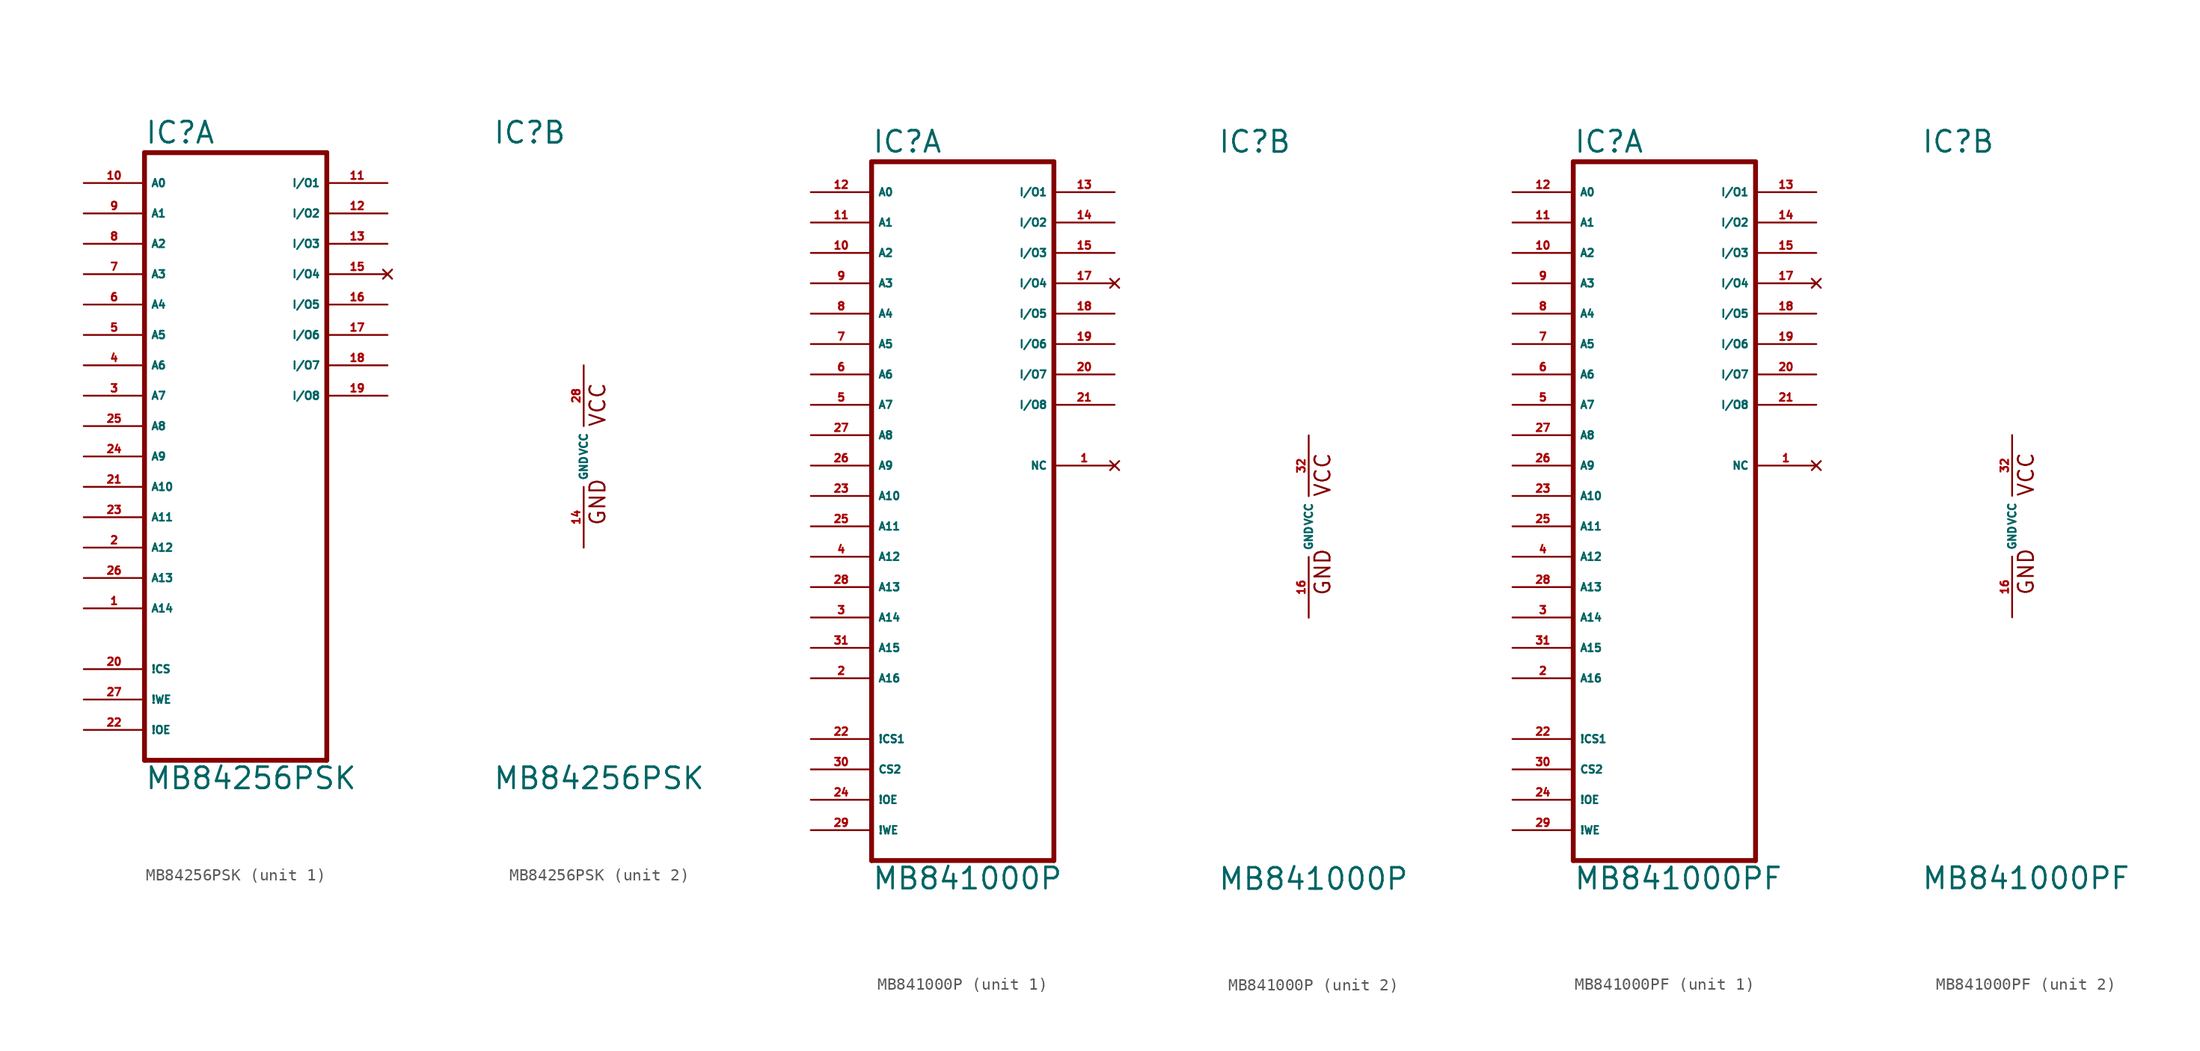
<source format=kicad_sym>
(kicad_symbol_lib
  (version 20220914)
  (generator Eagle2Kicad)
  (symbol "MB84256PSK"
    (property "Reference" "IC"
      (at -7.62 26.035 0)
      (effects (font (size 1.778 1.778) (thickness 0.22)) (justify left bottom)))
    (property "Value" "MB84256PSK"
      (at -7.62 -27.94 0)
      (effects (font (size 1.778 1.778) (thickness 0.22)) (justify left bottom)))
    (symbol "MB84256PSK_1_0"
      (polyline (pts (xy -7.62 -25.4) (xy -7.62 25.4)) (stroke (width 0.406) (type default)) (fill (type none)))
      (polyline (pts (xy -7.62 25.4) (xy 7.62 25.4)) (stroke (width 0.406) (type default)) (fill (type none)))
      (polyline (pts (xy 7.62 25.4) (xy 7.62 -25.4)) (stroke (width 0.406) (type default)) (fill (type none)))
      (polyline (pts (xy 7.62 -25.4) (xy -7.62 -25.4)) (stroke (width 0.406) (type default)) (fill (type none)))
      (pin input line (at -12.7 22.86 0) (length 5.08) (name "A0" (effects (font (size 0.635 0.635) (thickness 0.08)) (justify left bottom))) (number "10" (effects (font (size 0.635 0.635) (thickness 0.08)) (justify left bottom))))
      (pin input line (at -12.7 20.32 0) (length 5.08) (name "A1" (effects (font (size 0.635 0.635) (thickness 0.08)) (justify left bottom))) (number "9" (effects (font (size 0.635 0.635) (thickness 0.08)) (justify left bottom))))
      (pin input line (at -12.7 17.78 0) (length 5.08) (name "A2" (effects (font (size 0.635 0.635) (thickness 0.08)) (justify left bottom))) (number "8" (effects (font (size 0.635 0.635) (thickness 0.08)) (justify left bottom))))
      (pin input line (at -12.7 15.24 0) (length 5.08) (name "A3" (effects (font (size 0.635 0.635) (thickness 0.08)) (justify left bottom))) (number "7" (effects (font (size 0.635 0.635) (thickness 0.08)) (justify left bottom))))
      (pin input line (at -12.7 12.7 0) (length 5.08) (name "A4" (effects (font (size 0.635 0.635) (thickness 0.08)) (justify left bottom))) (number "6" (effects (font (size 0.635 0.635) (thickness 0.08)) (justify left bottom))))
      (pin input line (at -12.7 7.62 0) (length 5.08) (name "A6" (effects (font (size 0.635 0.635) (thickness 0.08)) (justify left bottom))) (number "4" (effects (font (size 0.635 0.635) (thickness 0.08)) (justify left bottom))))
      (pin input line (at -12.7 10.16 0) (length 5.08) (name "A5" (effects (font (size 0.635 0.635) (thickness 0.08)) (justify left bottom))) (number "5" (effects (font (size 0.635 0.635) (thickness 0.08)) (justify left bottom))))
      (pin input line (at -12.7 5.08 0) (length 5.08) (name "A7" (effects (font (size 0.635 0.635) (thickness 0.08)) (justify left bottom))) (number "3" (effects (font (size 0.635 0.635) (thickness 0.08)) (justify left bottom))))
      (pin input line (at -12.7 2.54 0) (length 5.08) (name "A8" (effects (font (size 0.635 0.635) (thickness 0.08)) (justify left bottom))) (number "25" (effects (font (size 0.635 0.635) (thickness 0.08)) (justify left bottom))))
      (pin input line (at -12.7 0 0) (length 5.08) (name "A9" (effects (font (size 0.635 0.635) (thickness 0.08)) (justify left bottom))) (number "24" (effects (font (size 0.635 0.635) (thickness 0.08)) (justify left bottom))))
      (pin input line (at -12.7 -2.54 0) (length 5.08) (name "A10" (effects (font (size 0.635 0.635) (thickness 0.08)) (justify left bottom))) (number "21" (effects (font (size 0.635 0.635) (thickness 0.08)) (justify left bottom))))
      (pin input line (at -12.7 -5.08 0) (length 5.08) (name "A11" (effects (font (size 0.635 0.635) (thickness 0.08)) (justify left bottom))) (number "23" (effects (font (size 0.635 0.635) (thickness 0.08)) (justify left bottom))))
      (pin bidirectional line (at 12.7 22.86 180) (length 5.08) (name "I/O1" (effects (font (size 0.635 0.635) (thickness 0.08)) (justify left bottom))) (number "11" (effects (font (size 0.635 0.635) (thickness 0.08)) (justify left bottom))))
      (pin bidirectional line (at 12.7 20.32 180) (length 5.08) (name "I/O2" (effects (font (size 0.635 0.635) (thickness 0.08)) (justify left bottom))) (number "12" (effects (font (size 0.635 0.635) (thickness 0.08)) (justify left bottom))))
      (pin bidirectional line (at 12.7 17.78 180) (length 5.08) (name "I/O3" (effects (font (size 0.635 0.635) (thickness 0.08)) (justify left bottom))) (number "13" (effects (font (size 0.635 0.635) (thickness 0.08)) (justify left bottom))))
      (pin no_connect line (at 12.7 15.24 180) (length 5.08) (name "I/O4" (effects (font (size 0.635 0.635) (thickness 0.08)) (justify left bottom) hide)) (number "15" (effects (font (size 0.635 0.635) (thickness 0.08)) (justify left bottom) hide)))
      (pin input line (at -12.7 -17.78 0) (length 5.08) (name "!CS" (effects (font (size 0.635 0.635) (thickness 0.08)) (justify left bottom))) (number "20" (effects (font (size 0.635 0.635) (thickness 0.08)) (justify left bottom))))
      (pin input line (at -12.7 -20.32 0) (length 5.08) (name "!WE" (effects (font (size 0.635 0.635) (thickness 0.08)) (justify left bottom))) (number "27" (effects (font (size 0.635 0.635) (thickness 0.08)) (justify left bottom))))
      (pin input line (at -12.7 -7.62 0) (length 5.08) (name "A12" (effects (font (size 0.635 0.635) (thickness 0.08)) (justify left bottom))) (number "2" (effects (font (size 0.635 0.635) (thickness 0.08)) (justify left bottom))))
      (pin input line (at -12.7 -10.16 0) (length 5.08) (name "A13" (effects (font (size 0.635 0.635) (thickness 0.08)) (justify left bottom))) (number "26" (effects (font (size 0.635 0.635) (thickness 0.08)) (justify left bottom))))
      (pin input line (at -12.7 -22.86 0) (length 5.08) (name "!OE" (effects (font (size 0.635 0.635) (thickness 0.08)) (justify left bottom))) (number "22" (effects (font (size 0.635 0.635) (thickness 0.08)) (justify left bottom))))
      (pin bidirectional line (at 12.7 10.16 180) (length 5.08) (name "I/O6" (effects (font (size 0.635 0.635) (thickness 0.08)) (justify left bottom))) (number "17" (effects (font (size 0.635 0.635) (thickness 0.08)) (justify left bottom))))
      (pin input line (at -12.7 -12.7 0) (length 5.08) (name "A14" (effects (font (size 0.635 0.635) (thickness 0.08)) (justify left bottom))) (number "1" (effects (font (size 0.635 0.635) (thickness 0.08)) (justify left bottom))))
      (pin bidirectional line (at 12.7 12.7 180) (length 5.08) (name "I/O5" (effects (font (size 0.635 0.635) (thickness 0.08)) (justify left bottom))) (number "16" (effects (font (size 0.635 0.635) (thickness 0.08)) (justify left bottom))))
      (pin bidirectional line (at 12.7 7.62 180) (length 5.08) (name "I/O7" (effects (font (size 0.635 0.635) (thickness 0.08)) (justify left bottom))) (number "18" (effects (font (size 0.635 0.635) (thickness 0.08)) (justify left bottom))))
      (pin bidirectional line (at 12.7 5.08 180) (length 5.08) (name "I/O8" (effects (font (size 0.635 0.635) (thickness 0.08)) (justify left bottom))) (number "19" (effects (font (size 0.635 0.635) (thickness 0.08)) (justify left bottom)))))
    (symbol "MB84256PSK_2_0"
      (text "VCC" (at 1.905 2.413 900) (effects (font (size 1.27 1.27) (thickness 0.16)) (justify left bottom)))
      (text "GND" (at 1.905 -5.842 900) (effects (font (size 1.27 1.27) (thickness 0.16)) (justify left bottom)))
      (pin unspecified line (at 0 -7.62 90) (length 5.08) (name "GND" (effects (font (size 0.635 0.635) (thickness 0.08)) (justify left bottom))) (number "14" (effects (font (size 0.635 0.635) (thickness 0.08)) (justify left bottom))))
      (pin unspecified line (at 0 7.62 270) (length 5.08) (name "VCC" (effects (font (size 0.635 0.635) (thickness 0.08)) (justify left bottom))) (number "28" (effects (font (size 0.635 0.635) (thickness 0.08)) (justify left bottom))))))
  (symbol "MB841000P"
    (property "Reference" "IC"
      (at -7.62 31.115 0)
      (effects (font (size 1.778 1.778) (thickness 0.22)) (justify left bottom)))
    (property "Value" "MB841000P"
      (at -7.62 -30.48 0)
      (effects (font (size 1.778 1.778) (thickness 0.22)) (justify left bottom)))
    (symbol "MB841000P_1_0"
      (polyline (pts (xy -7.62 -27.94) (xy -7.62 30.48)) (stroke (width 0.406) (type default)) (fill (type none)))
      (polyline (pts (xy -7.62 30.48) (xy 7.62 30.48)) (stroke (width 0.406) (type default)) (fill (type none)))
      (polyline (pts (xy 7.62 30.48) (xy 7.62 -27.94)) (stroke (width 0.406) (type default)) (fill (type none)))
      (polyline (pts (xy 7.62 -27.94) (xy -7.62 -27.94)) (stroke (width 0.406) (type default)) (fill (type none)))
      (pin input line (at -12.7 27.94 0) (length 5.08) (name "A0" (effects (font (size 0.635 0.635) (thickness 0.08)) (justify left bottom))) (number "12" (effects (font (size 0.635 0.635) (thickness 0.08)) (justify left bottom))))
      (pin input line (at -12.7 25.4 0) (length 5.08) (name "A1" (effects (font (size 0.635 0.635) (thickness 0.08)) (justify left bottom))) (number "11" (effects (font (size 0.635 0.635) (thickness 0.08)) (justify left bottom))))
      (pin input line (at -12.7 22.86 0) (length 5.08) (name "A2" (effects (font (size 0.635 0.635) (thickness 0.08)) (justify left bottom))) (number "10" (effects (font (size 0.635 0.635) (thickness 0.08)) (justify left bottom))))
      (pin input line (at -12.7 20.32 0) (length 5.08) (name "A3" (effects (font (size 0.635 0.635) (thickness 0.08)) (justify left bottom))) (number "9" (effects (font (size 0.635 0.635) (thickness 0.08)) (justify left bottom))))
      (pin input line (at -12.7 17.78 0) (length 5.08) (name "A4" (effects (font (size 0.635 0.635) (thickness 0.08)) (justify left bottom))) (number "8" (effects (font (size 0.635 0.635) (thickness 0.08)) (justify left bottom))))
      (pin input line (at -12.7 12.7 0) (length 5.08) (name "A6" (effects (font (size 0.635 0.635) (thickness 0.08)) (justify left bottom))) (number "6" (effects (font (size 0.635 0.635) (thickness 0.08)) (justify left bottom))))
      (pin input line (at -12.7 15.24 0) (length 5.08) (name "A5" (effects (font (size 0.635 0.635) (thickness 0.08)) (justify left bottom))) (number "7" (effects (font (size 0.635 0.635) (thickness 0.08)) (justify left bottom))))
      (pin input line (at -12.7 10.16 0) (length 5.08) (name "A7" (effects (font (size 0.635 0.635) (thickness 0.08)) (justify left bottom))) (number "5" (effects (font (size 0.635 0.635) (thickness 0.08)) (justify left bottom))))
      (pin input line (at -12.7 7.62 0) (length 5.08) (name "A8" (effects (font (size 0.635 0.635) (thickness 0.08)) (justify left bottom))) (number "27" (effects (font (size 0.635 0.635) (thickness 0.08)) (justify left bottom))))
      (pin input line (at -12.7 5.08 0) (length 5.08) (name "A9" (effects (font (size 0.635 0.635) (thickness 0.08)) (justify left bottom))) (number "26" (effects (font (size 0.635 0.635) (thickness 0.08)) (justify left bottom))))
      (pin input line (at -12.7 2.54 0) (length 5.08) (name "A10" (effects (font (size 0.635 0.635) (thickness 0.08)) (justify left bottom))) (number "23" (effects (font (size 0.635 0.635) (thickness 0.08)) (justify left bottom))))
      (pin input line (at -12.7 0 0) (length 5.08) (name "A11" (effects (font (size 0.635 0.635) (thickness 0.08)) (justify left bottom))) (number "25" (effects (font (size 0.635 0.635) (thickness 0.08)) (justify left bottom))))
      (pin bidirectional line (at 12.7 27.94 180) (length 5.08) (name "I/O1" (effects (font (size 0.635 0.635) (thickness 0.08)) (justify left bottom))) (number "13" (effects (font (size 0.635 0.635) (thickness 0.08)) (justify left bottom))))
      (pin bidirectional line (at 12.7 25.4 180) (length 5.08) (name "I/O2" (effects (font (size 0.635 0.635) (thickness 0.08)) (justify left bottom))) (number "14" (effects (font (size 0.635 0.635) (thickness 0.08)) (justify left bottom))))
      (pin bidirectional line (at 12.7 22.86 180) (length 5.08) (name "I/O3" (effects (font (size 0.635 0.635) (thickness 0.08)) (justify left bottom))) (number "15" (effects (font (size 0.635 0.635) (thickness 0.08)) (justify left bottom))))
      (pin no_connect line (at 12.7 20.32 180) (length 5.08) (name "I/O4" (effects (font (size 0.635 0.635) (thickness 0.08)) (justify left bottom) hide)) (number "17" (effects (font (size 0.635 0.635) (thickness 0.08)) (justify left bottom) hide)))
      (pin input line (at -12.7 -17.78 0) (length 5.08) (name "!CS1" (effects (font (size 0.635 0.635) (thickness 0.08)) (justify left bottom))) (number "22" (effects (font (size 0.635 0.635) (thickness 0.08)) (justify left bottom))))
      (pin input line (at -12.7 -20.32 0) (length 5.08) (name "CS2" (effects (font (size 0.635 0.635) (thickness 0.08)) (justify left bottom))) (number "30" (effects (font (size 0.635 0.635) (thickness 0.08)) (justify left bottom))))
      (pin input line (at -12.7 -2.54 0) (length 5.08) (name "A12" (effects (font (size 0.635 0.635) (thickness 0.08)) (justify left bottom))) (number "4" (effects (font (size 0.635 0.635) (thickness 0.08)) (justify left bottom))))
      (pin no_connect line (at 12.7 5.08 180) (length 5.08) (name "NC" (effects (font (size 0.635 0.635) (thickness 0.08)) (justify left bottom) hide)) (number "1" (effects (font (size 0.635 0.635) (thickness 0.08)) (justify left bottom) hide)))
      (pin input line (at -12.7 -22.86 0) (length 5.08) (name "!OE" (effects (font (size 0.635 0.635) (thickness 0.08)) (justify left bottom))) (number "24" (effects (font (size 0.635 0.635) (thickness 0.08)) (justify left bottom))))
      (pin bidirectional line (at 12.7 15.24 180) (length 5.08) (name "I/O6" (effects (font (size 0.635 0.635) (thickness 0.08)) (justify left bottom))) (number "19" (effects (font (size 0.635 0.635) (thickness 0.08)) (justify left bottom))))
      (pin input line (at -12.7 -25.4 0) (length 5.08) (name "!WE" (effects (font (size 0.635 0.635) (thickness 0.08)) (justify left bottom))) (number "29" (effects (font (size 0.635 0.635) (thickness 0.08)) (justify left bottom))))
      (pin bidirectional line (at 12.7 17.78 180) (length 5.08) (name "I/O5" (effects (font (size 0.635 0.635) (thickness 0.08)) (justify left bottom))) (number "18" (effects (font (size 0.635 0.635) (thickness 0.08)) (justify left bottom))))
      (pin bidirectional line (at 12.7 12.7 180) (length 5.08) (name "I/O7" (effects (font (size 0.635 0.635) (thickness 0.08)) (justify left bottom))) (number "20" (effects (font (size 0.635 0.635) (thickness 0.08)) (justify left bottom))))
      (pin bidirectional line (at 12.7 10.16 180) (length 5.08) (name "I/O8" (effects (font (size 0.635 0.635) (thickness 0.08)) (justify left bottom))) (number "21" (effects (font (size 0.635 0.635) (thickness 0.08)) (justify left bottom))))
      (pin input line (at -12.7 -5.08 0) (length 5.08) (name "A13" (effects (font (size 0.635 0.635) (thickness 0.08)) (justify left bottom))) (number "28" (effects (font (size 0.635 0.635) (thickness 0.08)) (justify left bottom))))
      (pin input line (at -12.7 -7.62 0) (length 5.08) (name "A14" (effects (font (size 0.635 0.635) (thickness 0.08)) (justify left bottom))) (number "3" (effects (font (size 0.635 0.635) (thickness 0.08)) (justify left bottom))))
      (pin input line (at -12.7 -10.16 0) (length 5.08) (name "A15" (effects (font (size 0.635 0.635) (thickness 0.08)) (justify left bottom))) (number "31" (effects (font (size 0.635 0.635) (thickness 0.08)) (justify left bottom))))
      (pin input line (at -12.7 -12.7 0) (length 5.08) (name "A16" (effects (font (size 0.635 0.635) (thickness 0.08)) (justify left bottom))) (number "2" (effects (font (size 0.635 0.635) (thickness 0.08)) (justify left bottom)))))
    (symbol "MB841000P_2_0"
      (text "VCC" (at 1.905 2.413 900) (effects (font (size 1.27 1.27) (thickness 0.16)) (justify left bottom)))
      (text "GND" (at 1.905 -5.842 900) (effects (font (size 1.27 1.27) (thickness 0.16)) (justify left bottom)))
      (pin unspecified line (at 0 -7.62 90) (length 5.08) (name "GND" (effects (font (size 0.635 0.635) (thickness 0.08)) (justify left bottom))) (number "16" (effects (font (size 0.635 0.635) (thickness 0.08)) (justify left bottom))))
      (pin unspecified line (at 0 7.62 270) (length 5.08) (name "VCC" (effects (font (size 0.635 0.635) (thickness 0.08)) (justify left bottom))) (number "32" (effects (font (size 0.635 0.635) (thickness 0.08)) (justify left bottom))))))
  (symbol "MB841000PF"
    (property "Reference" "IC"
      (at -7.62 31.115 0)
      (effects (font (size 1.778 1.778) (thickness 0.22)) (justify left bottom)))
    (property "Value" "MB841000PF"
      (at -7.62 -30.48 0)
      (effects (font (size 1.778 1.778) (thickness 0.22)) (justify left bottom)))
    (symbol "MB841000PF_1_0"
      (polyline (pts (xy -7.62 -27.94) (xy -7.62 30.48)) (stroke (width 0.406) (type default)) (fill (type none)))
      (polyline (pts (xy -7.62 30.48) (xy 7.62 30.48)) (stroke (width 0.406) (type default)) (fill (type none)))
      (polyline (pts (xy 7.62 30.48) (xy 7.62 -27.94)) (stroke (width 0.406) (type default)) (fill (type none)))
      (polyline (pts (xy 7.62 -27.94) (xy -7.62 -27.94)) (stroke (width 0.406) (type default)) (fill (type none)))
      (pin input line (at -12.7 27.94 0) (length 5.08) (name "A0" (effects (font (size 0.635 0.635) (thickness 0.08)) (justify left bottom))) (number "12" (effects (font (size 0.635 0.635) (thickness 0.08)) (justify left bottom))))
      (pin input line (at -12.7 25.4 0) (length 5.08) (name "A1" (effects (font (size 0.635 0.635) (thickness 0.08)) (justify left bottom))) (number "11" (effects (font (size 0.635 0.635) (thickness 0.08)) (justify left bottom))))
      (pin input line (at -12.7 22.86 0) (length 5.08) (name "A2" (effects (font (size 0.635 0.635) (thickness 0.08)) (justify left bottom))) (number "10" (effects (font (size 0.635 0.635) (thickness 0.08)) (justify left bottom))))
      (pin input line (at -12.7 20.32 0) (length 5.08) (name "A3" (effects (font (size 0.635 0.635) (thickness 0.08)) (justify left bottom))) (number "9" (effects (font (size 0.635 0.635) (thickness 0.08)) (justify left bottom))))
      (pin input line (at -12.7 17.78 0) (length 5.08) (name "A4" (effects (font (size 0.635 0.635) (thickness 0.08)) (justify left bottom))) (number "8" (effects (font (size 0.635 0.635) (thickness 0.08)) (justify left bottom))))
      (pin input line (at -12.7 12.7 0) (length 5.08) (name "A6" (effects (font (size 0.635 0.635) (thickness 0.08)) (justify left bottom))) (number "6" (effects (font (size 0.635 0.635) (thickness 0.08)) (justify left bottom))))
      (pin input line (at -12.7 15.24 0) (length 5.08) (name "A5" (effects (font (size 0.635 0.635) (thickness 0.08)) (justify left bottom))) (number "7" (effects (font (size 0.635 0.635) (thickness 0.08)) (justify left bottom))))
      (pin input line (at -12.7 10.16 0) (length 5.08) (name "A7" (effects (font (size 0.635 0.635) (thickness 0.08)) (justify left bottom))) (number "5" (effects (font (size 0.635 0.635) (thickness 0.08)) (justify left bottom))))
      (pin input line (at -12.7 7.62 0) (length 5.08) (name "A8" (effects (font (size 0.635 0.635) (thickness 0.08)) (justify left bottom))) (number "27" (effects (font (size 0.635 0.635) (thickness 0.08)) (justify left bottom))))
      (pin input line (at -12.7 5.08 0) (length 5.08) (name "A9" (effects (font (size 0.635 0.635) (thickness 0.08)) (justify left bottom))) (number "26" (effects (font (size 0.635 0.635) (thickness 0.08)) (justify left bottom))))
      (pin input line (at -12.7 2.54 0) (length 5.08) (name "A10" (effects (font (size 0.635 0.635) (thickness 0.08)) (justify left bottom))) (number "23" (effects (font (size 0.635 0.635) (thickness 0.08)) (justify left bottom))))
      (pin input line (at -12.7 0 0) (length 5.08) (name "A11" (effects (font (size 0.635 0.635) (thickness 0.08)) (justify left bottom))) (number "25" (effects (font (size 0.635 0.635) (thickness 0.08)) (justify left bottom))))
      (pin bidirectional line (at 12.7 27.94 180) (length 5.08) (name "I/O1" (effects (font (size 0.635 0.635) (thickness 0.08)) (justify left bottom))) (number "13" (effects (font (size 0.635 0.635) (thickness 0.08)) (justify left bottom))))
      (pin bidirectional line (at 12.7 25.4 180) (length 5.08) (name "I/O2" (effects (font (size 0.635 0.635) (thickness 0.08)) (justify left bottom))) (number "14" (effects (font (size 0.635 0.635) (thickness 0.08)) (justify left bottom))))
      (pin bidirectional line (at 12.7 22.86 180) (length 5.08) (name "I/O3" (effects (font (size 0.635 0.635) (thickness 0.08)) (justify left bottom))) (number "15" (effects (font (size 0.635 0.635) (thickness 0.08)) (justify left bottom))))
      (pin no_connect line (at 12.7 20.32 180) (length 5.08) (name "I/O4" (effects (font (size 0.635 0.635) (thickness 0.08)) (justify left bottom) hide)) (number "17" (effects (font (size 0.635 0.635) (thickness 0.08)) (justify left bottom) hide)))
      (pin input line (at -12.7 -17.78 0) (length 5.08) (name "!CS1" (effects (font (size 0.635 0.635) (thickness 0.08)) (justify left bottom))) (number "22" (effects (font (size 0.635 0.635) (thickness 0.08)) (justify left bottom))))
      (pin input line (at -12.7 -20.32 0) (length 5.08) (name "CS2" (effects (font (size 0.635 0.635) (thickness 0.08)) (justify left bottom))) (number "30" (effects (font (size 0.635 0.635) (thickness 0.08)) (justify left bottom))))
      (pin input line (at -12.7 -2.54 0) (length 5.08) (name "A12" (effects (font (size 0.635 0.635) (thickness 0.08)) (justify left bottom))) (number "4" (effects (font (size 0.635 0.635) (thickness 0.08)) (justify left bottom))))
      (pin no_connect line (at 12.7 5.08 180) (length 5.08) (name "NC" (effects (font (size 0.635 0.635) (thickness 0.08)) (justify left bottom) hide)) (number "1" (effects (font (size 0.635 0.635) (thickness 0.08)) (justify left bottom) hide)))
      (pin input line (at -12.7 -22.86 0) (length 5.08) (name "!OE" (effects (font (size 0.635 0.635) (thickness 0.08)) (justify left bottom))) (number "24" (effects (font (size 0.635 0.635) (thickness 0.08)) (justify left bottom))))
      (pin bidirectional line (at 12.7 15.24 180) (length 5.08) (name "I/O6" (effects (font (size 0.635 0.635) (thickness 0.08)) (justify left bottom))) (number "19" (effects (font (size 0.635 0.635) (thickness 0.08)) (justify left bottom))))
      (pin input line (at -12.7 -25.4 0) (length 5.08) (name "!WE" (effects (font (size 0.635 0.635) (thickness 0.08)) (justify left bottom))) (number "29" (effects (font (size 0.635 0.635) (thickness 0.08)) (justify left bottom))))
      (pin bidirectional line (at 12.7 17.78 180) (length 5.08) (name "I/O5" (effects (font (size 0.635 0.635) (thickness 0.08)) (justify left bottom))) (number "18" (effects (font (size 0.635 0.635) (thickness 0.08)) (justify left bottom))))
      (pin bidirectional line (at 12.7 12.7 180) (length 5.08) (name "I/O7" (effects (font (size 0.635 0.635) (thickness 0.08)) (justify left bottom))) (number "20" (effects (font (size 0.635 0.635) (thickness 0.08)) (justify left bottom))))
      (pin bidirectional line (at 12.7 10.16 180) (length 5.08) (name "I/O8" (effects (font (size 0.635 0.635) (thickness 0.08)) (justify left bottom))) (number "21" (effects (font (size 0.635 0.635) (thickness 0.08)) (justify left bottom))))
      (pin input line (at -12.7 -5.08 0) (length 5.08) (name "A13" (effects (font (size 0.635 0.635) (thickness 0.08)) (justify left bottom))) (number "28" (effects (font (size 0.635 0.635) (thickness 0.08)) (justify left bottom))))
      (pin input line (at -12.7 -7.62 0) (length 5.08) (name "A14" (effects (font (size 0.635 0.635) (thickness 0.08)) (justify left bottom))) (number "3" (effects (font (size 0.635 0.635) (thickness 0.08)) (justify left bottom))))
      (pin input line (at -12.7 -10.16 0) (length 5.08) (name "A15" (effects (font (size 0.635 0.635) (thickness 0.08)) (justify left bottom))) (number "31" (effects (font (size 0.635 0.635) (thickness 0.08)) (justify left bottom))))
      (pin input line (at -12.7 -12.7 0) (length 5.08) (name "A16" (effects (font (size 0.635 0.635) (thickness 0.08)) (justify left bottom))) (number "2" (effects (font (size 0.635 0.635) (thickness 0.08)) (justify left bottom)))))
    (symbol "MB841000PF_2_0"
      (text "VCC" (at 1.905 2.413 900) (effects (font (size 1.27 1.27) (thickness 0.16)) (justify left bottom)))
      (text "GND" (at 1.905 -5.842 900) (effects (font (size 1.27 1.27) (thickness 0.16)) (justify left bottom)))
      (pin unspecified line (at 0 -7.62 90) (length 5.08) (name "GND" (effects (font (size 0.635 0.635) (thickness 0.08)) (justify left bottom))) (number "16" (effects (font (size 0.635 0.635) (thickness 0.08)) (justify left bottom))))
      (pin unspecified line (at 0 7.62 270) (length 5.08) (name "VCC" (effects (font (size 0.635 0.635) (thickness 0.08)) (justify left bottom))) (number "32" (effects (font (size 0.635 0.635) (thickness 0.08)) (justify left bottom)))))))
</source>
